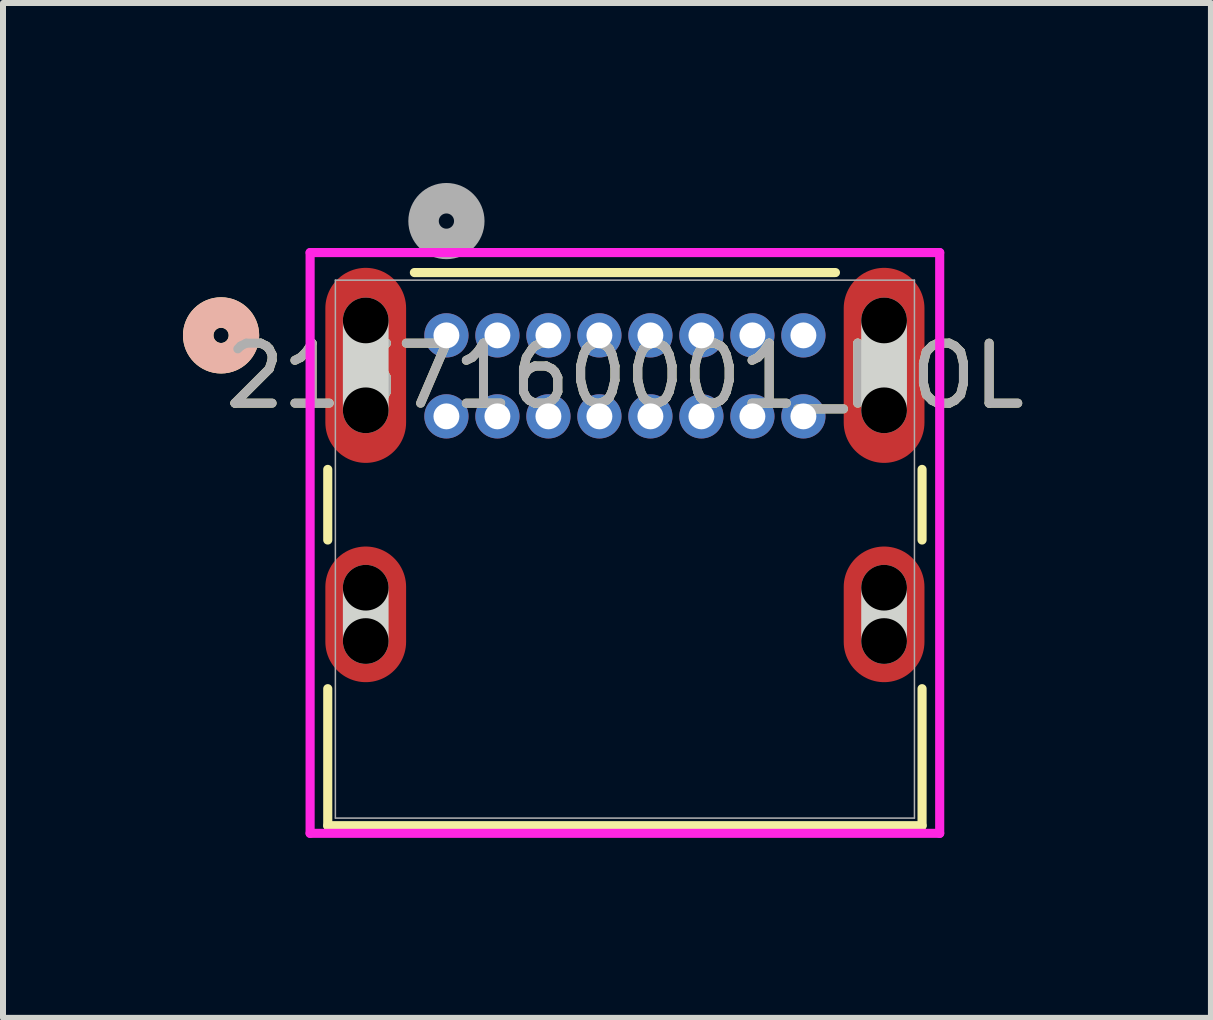
<source format=kicad_pcb>
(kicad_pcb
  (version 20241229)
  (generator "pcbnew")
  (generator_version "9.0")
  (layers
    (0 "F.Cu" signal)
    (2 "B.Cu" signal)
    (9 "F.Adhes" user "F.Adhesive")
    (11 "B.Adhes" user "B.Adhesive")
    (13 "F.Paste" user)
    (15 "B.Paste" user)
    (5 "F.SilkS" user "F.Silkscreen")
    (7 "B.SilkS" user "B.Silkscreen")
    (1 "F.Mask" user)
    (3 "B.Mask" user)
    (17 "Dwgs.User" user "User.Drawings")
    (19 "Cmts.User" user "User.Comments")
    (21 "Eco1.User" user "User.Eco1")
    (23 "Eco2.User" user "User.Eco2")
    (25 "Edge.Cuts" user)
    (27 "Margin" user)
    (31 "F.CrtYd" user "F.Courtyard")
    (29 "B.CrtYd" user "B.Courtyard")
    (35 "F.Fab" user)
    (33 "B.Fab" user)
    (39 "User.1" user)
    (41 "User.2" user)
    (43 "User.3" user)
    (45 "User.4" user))
  (footprint "2137160001_MOL"
    (layer "F.Cu")
    (at 4.391 2.54)
    (property "Reference" "2137160001_MOL" (at 2.975 0.675 0) (unlocked yes) (layer "F.SilkS") (effects (font (size 1 1) (thickness 0.15))))
    (attr through_hole)
    (fp_line (start -1.978 2.234) (end -1.978 3.411) (stroke (width 0.152) (type solid)) (layer "F.SilkS"))
    (fp_line (start -1.978 5.889) (end -1.978 8.173) (stroke (width 0.152) (type solid)) (layer "F.SilkS"))
    (fp_line (start -1.978 8.173) (end 7.928 8.173) (stroke (width 0.152) (type solid)) (layer "F.SilkS"))
    (fp_line (start 6.484 -1.047) (end -0.534 -1.047) (stroke (width 0.152) (type solid)) (layer "F.SilkS"))
    (fp_line (start 7.928 3.411) (end 7.928 2.234) (stroke (width 0.152) (type solid)) (layer "F.SilkS"))
    (fp_line (start 7.928 8.173) (end 7.928 5.889) (stroke (width 0.152) (type solid)) (layer "F.SilkS"))
    (fp_circle (center -3.756 0) (end -3.375 0) (stroke (width 0.508) (type solid)) (fill no) (layer "F.SilkS"))
    (fp_circle (center -3.756 0) (end -3.375 0) (stroke (width 0.508) (type solid)) (fill no) (layer "B.SilkS"))
    (fp_line (start -1.345 5.095) (end -1.345 4.206) (stroke (width 0.762) (type solid)) (layer "Edge.Cuts"))
    (fp_line (start -1.345 1.249) (end -1.345 -0.249) (stroke (width 0.762) (type solid)) (layer "Edge.Cuts"))
    (fp_line (start 7.295 1.249) (end 7.295 -0.249) (stroke (width 0.762) (type solid)) (layer "Edge.Cuts"))
    (fp_line (start 7.295 5.095) (end 7.295 4.206) (stroke (width 0.762) (type solid)) (layer "Edge.Cuts"))
    (fp_line (start -2.272 -1.38) (end -2.272 8.3) (stroke (width 0.152) (type solid)) (layer "F.CrtYd"))
    (fp_line (start -2.272 8.3) (end 8.222 8.3) (stroke (width 0.152) (type solid)) (layer "F.CrtYd"))
    (fp_line (start 8.222 -1.38) (end -2.272 -1.38) (stroke (width 0.152) (type solid)) (layer "F.CrtYd"))
    (fp_line (start 8.222 8.3) (end 8.222 -1.38) (stroke (width 0.152) (type solid)) (layer "F.CrtYd"))
    (fp_line (start -1.851 -0.92) (end -1.851 8.046) (stroke (width 0.025) (type solid)) (layer "F.Fab"))
    (fp_line (start -1.851 8.046) (end 7.801 8.046) (stroke (width 0.025) (type solid)) (layer "F.Fab"))
    (fp_line (start 7.801 -0.92) (end -1.851 -0.92) (stroke (width 0.025) (type solid)) (layer "F.Fab"))
    (fp_line (start 7.801 8.046) (end 7.801 -0.92) (stroke (width 0.025) (type solid)) (layer "F.Fab"))
    (fp_circle (center 0 -1.905) (end 0.381 -1.905) (stroke (width 0.508) (type solid)) (fill no) (layer "F.Fab"))
    (fp_text user "${REFERENCE}" (at 2.975 0.675 0) (unlocked yes) (layer "F.Fab") (effects (font (size 1 1) (thickness 0.15))))
    (pad "" np_thru_hole circle (at -1.345 4.206) (size 0.762 0.762) (drill 0.762) (layers))
    (pad "" np_thru_hole circle (at -1.345 5.095) (size 0.762 0.762) (drill 0.762) (layers))
    (pad "" np_thru_hole circle (at -1.345 -0.249) (size 0.762 0.762) (drill 0.762) (layers))
    (pad "" np_thru_hole circle (at -1.345 1.249) (size 0.762 0.762) (drill 0.762) (layers))
    (pad "" np_thru_hole circle (at 7.295 -0.249) (size 0.762 0.762) (drill 0.762) (layers))
    (pad "" np_thru_hole circle (at 7.295 1.249) (size 0.762 0.762) (drill 0.762) (layers))
    (pad "" np_thru_hole circle (at 7.295 4.206) (size 0.762 0.762) (drill 0.762) (layers))
    (pad "" np_thru_hole circle (at 7.295 5.095) (size 0.762 0.762) (drill 0.762) (layers))
    (pad "17" smd oval (at -1.345 0.5) (size 1.346 3.251) (layers "F.Cu" "F.Mask" "F.Paste"))
    (pad "18" smd oval (at 7.295 0.5) (size 1.346 3.251) (layers "F.Cu" "F.Mask" "F.Paste"))
    (pad "19" smd oval (at -1.345 4.65) (size 1.346 2.261) (layers "F.Cu" "F.Mask" "F.Paste"))
    (pad "20" smd oval (at 7.295 4.65) (size 1.346 2.261) (layers "F.Cu" "F.Mask" "F.Paste"))
    (pad "A1" thru_hole circle (at 0 0) (size 0.737 0.737) (drill 0.432) (layers "*.Cu" "*.Mask"))
    (pad "A4" thru_hole circle (at 0.85 0) (size 0.737 0.737) (drill 0.432) (layers "*.Cu" "*.Mask"))
    (pad "A5" thru_hole circle (at 1.7 0) (size 0.737 0.737) (drill 0.432) (layers "*.Cu" "*.Mask"))
    (pad "A6" thru_hole circle (at 2.55 0) (size 0.737 0.737) (drill 0.432) (layers "*.Cu" "*.Mask"))
    (pad "A7" thru_hole circle (at 3.4 0) (size 0.737 0.737) (drill 0.432) (layers "*.Cu" "*.Mask"))
    (pad "A8" thru_hole circle (at 4.25 0) (size 0.737 0.737) (drill 0.432) (layers "*.Cu" "*.Mask"))
    (pad "A9" thru_hole circle (at 5.1 0) (size 0.737 0.737) (drill 0.432) (layers "*.Cu" "*.Mask"))
    (pad "A12" thru_hole circle (at 5.95 0) (size 0.737 0.737) (drill 0.432) (layers "*.Cu" "*.Mask"))
    (pad "B1" thru_hole circle (at 5.95 1.35) (size 0.737 0.737) (drill 0.432) (layers "*.Cu" "*.Mask"))
    (pad "B4" thru_hole circle (at 5.1 1.35) (size 0.737 0.737) (drill 0.432) (layers "*.Cu" "*.Mask"))
    (pad "B5" thru_hole circle (at 4.25 1.35) (size 0.737 0.737) (drill 0.432) (layers "*.Cu" "*.Mask"))
    (pad "B6" thru_hole circle (at 3.4 1.35) (size 0.737 0.737) (drill 0.432) (layers "*.Cu" "*.Mask"))
    (pad "B7" thru_hole circle (at 2.55 1.35) (size 0.737 0.737) (drill 0.432) (layers "*.Cu" "*.Mask"))
    (pad "B8" thru_hole circle (at 1.7 1.35) (size 0.737 0.737) (drill 0.432) (layers "*.Cu" "*.Mask"))
    (pad "B9" thru_hole circle (at 0.85 1.35) (size 0.737 0.737) (drill 0.432) (layers "*.Cu" "*.Mask"))
    (pad "B12" thru_hole circle (at 0 1.35) (size 0.737 0.737) (drill 0.432) (layers "*.Cu" "*.Mask")))
  (gr_rect
    (start -3 -3)
    (end 17.134 13.916)
    (stroke (width 0.1) (type default))
    (fill no)
    (layer "Edge.Cuts")))
</source>
